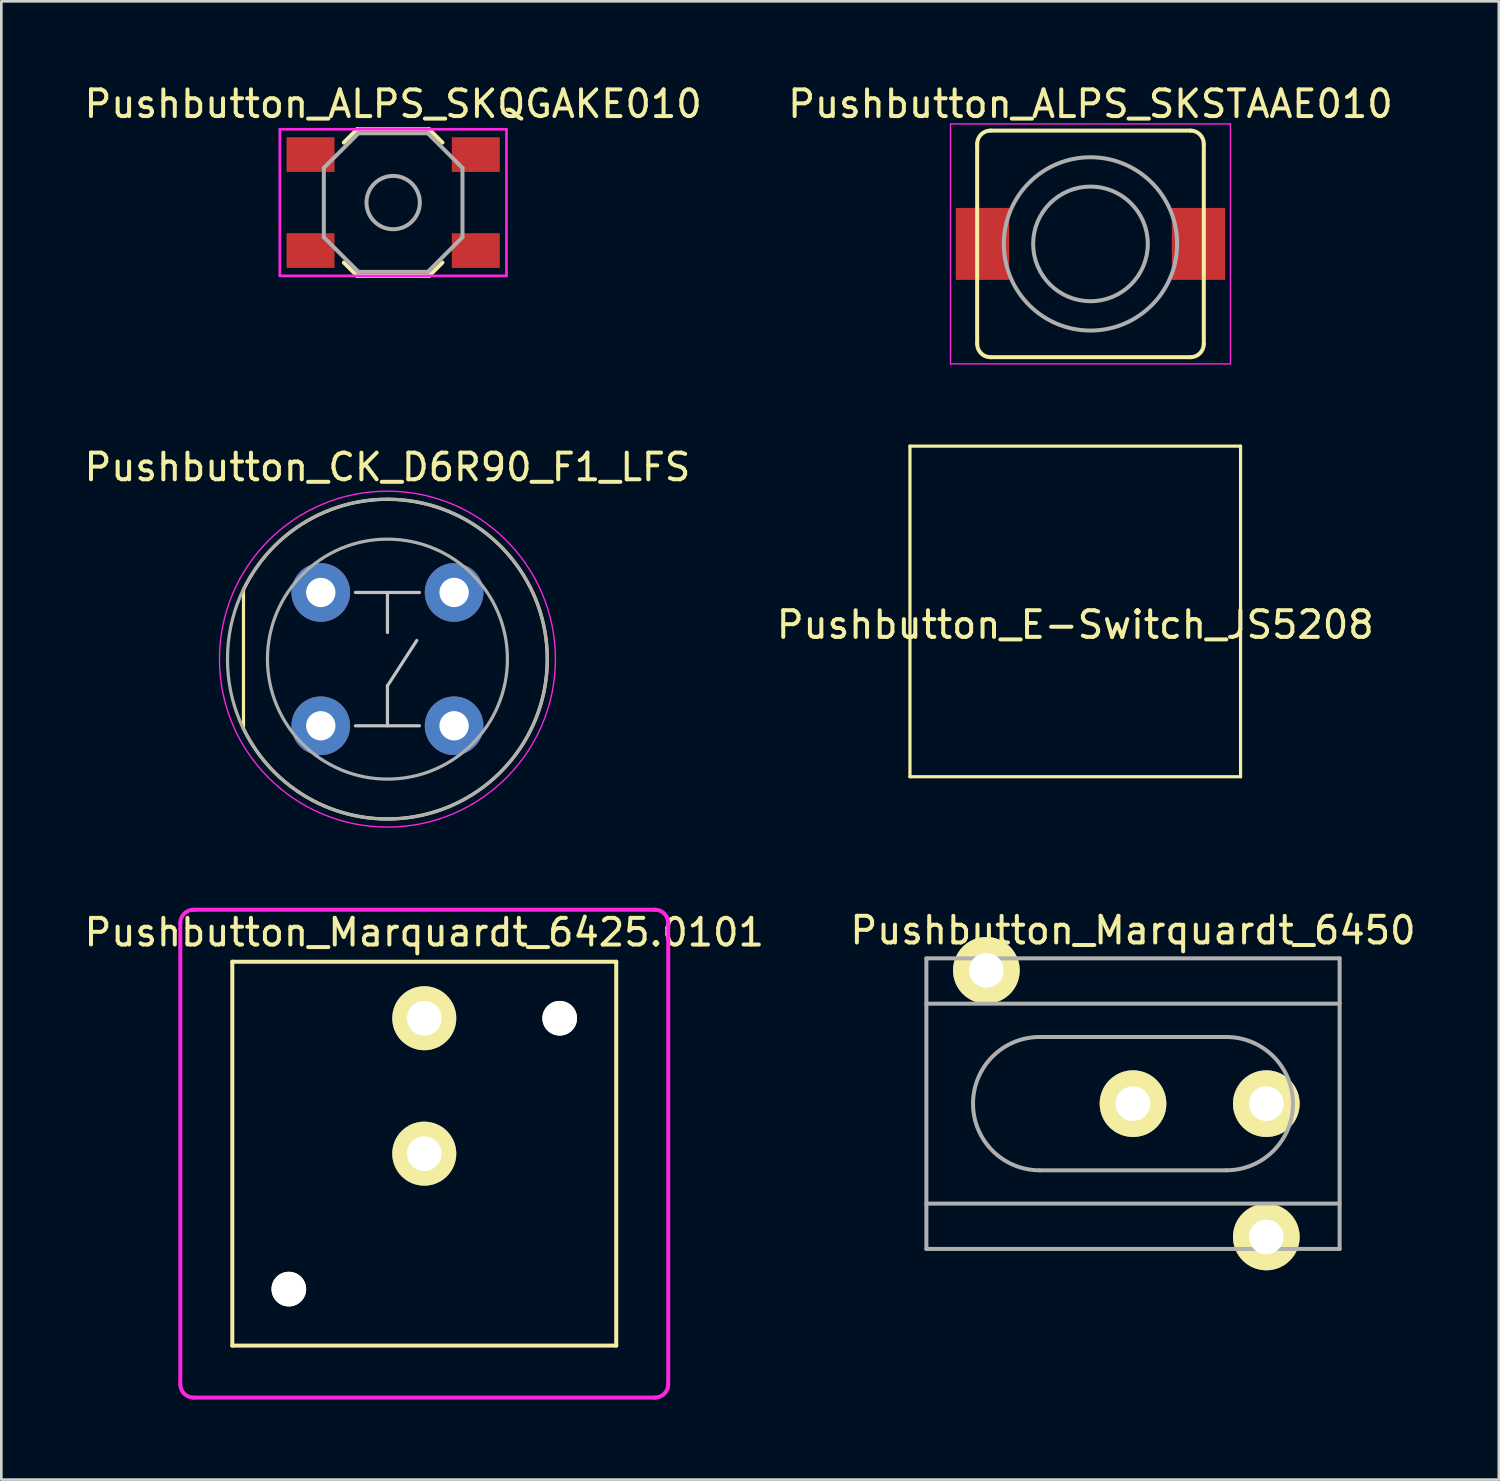
<source format=kicad_pcb>
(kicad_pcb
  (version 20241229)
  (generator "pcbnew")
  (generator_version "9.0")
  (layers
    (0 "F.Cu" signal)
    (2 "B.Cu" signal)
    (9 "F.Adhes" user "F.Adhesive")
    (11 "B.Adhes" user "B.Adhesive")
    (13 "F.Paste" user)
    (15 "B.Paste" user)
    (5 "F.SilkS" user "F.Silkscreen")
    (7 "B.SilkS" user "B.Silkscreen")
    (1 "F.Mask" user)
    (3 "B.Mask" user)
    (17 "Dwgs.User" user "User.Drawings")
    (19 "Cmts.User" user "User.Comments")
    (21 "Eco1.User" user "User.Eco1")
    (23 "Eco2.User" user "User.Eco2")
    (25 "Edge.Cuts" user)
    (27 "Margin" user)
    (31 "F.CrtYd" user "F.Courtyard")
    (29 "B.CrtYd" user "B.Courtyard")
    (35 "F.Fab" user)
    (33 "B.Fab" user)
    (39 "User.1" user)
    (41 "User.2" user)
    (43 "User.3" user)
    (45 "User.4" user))
  (footprint "Pushbutton_CK_D6R90_F1_LFS"
    (layer "F.Cu")
    (at 11.482 21.672)
    (property "Reference" "Pushbutton_CK_D6R90_F1_LFS" (at 0 -7.2 0) (layer "F.SilkS") (effects (font (size 1 1) (thickness 0.15))))
    (attr through_hole)
    (fp_line (start -5.4 2.6) (end -5.4 -2.6) (stroke (width 0.12) (type solid)) (layer "F.SilkS"))
    (fp_arc (start -5.399999 -2.6) (mid 5.993329 0) (end -5.399999 2.599999) (stroke (width 0.12) (type solid)) (layer "F.SilkS"))
    (fp_line (start -1.2 -2.5) (end 1.2 -2.5) (stroke (width 0.12) (type solid)) (layer "Dwgs.User"))
    (fp_line (start -1.2 2.5) (end 1.2 2.5) (stroke (width 0.12) (type solid)) (layer "Dwgs.User"))
    (fp_line (start 0 -2.5) (end 0 -1) (stroke (width 0.12) (type solid)) (layer "Dwgs.User"))
    (fp_line (start 0 1) (end 1.1 -0.7) (stroke (width 0.12) (type solid)) (layer "Dwgs.User"))
    (fp_line (start 0 2.5) (end 0 1) (stroke (width 0.12) (type solid)) (layer "Dwgs.User"))
    (fp_circle (center 0 0) (end 6.3 0) (stroke (width 0.05) (type solid)) (fill no) (layer "F.CrtYd"))
    (fp_circle (center 0 0) (end 4.5 0) (stroke (width 0.12) (type solid)) (fill no) (layer "F.Fab"))
    (fp_circle (center 0 0) (end 6 0) (stroke (width 0.12) (type solid)) (fill no) (layer "F.Fab"))
    (pad "1" thru_hole circle (at -2.5 -2.5) (size 2.2 2.2) (drill 1.1) (layers "*.Cu" "*.Mask"))
    (pad "1" thru_hole circle (at 2.5 -2.5) (size 2.2 2.2) (drill 1.1) (layers "*.Cu" "*.Mask"))
    (pad "2" thru_hole circle (at -2.5 2.5) (size 2.2 2.2) (drill 1.1) (layers "*.Cu" "*.Mask"))
    (pad "2" thru_hole circle (at 2.5 2.5) (size 2.2 2.2) (drill 1.1) (layers "*.Cu" "*.Mask")))
  (footprint "Pushbutton_E-Switch_JS5208"
    (layer "F.Cu")
    (at 37.28 19.883)
    (property "Reference" "Pushbutton_E-Switch_JS5208" (at 0 0.5 0) (layer "F.SilkS") (effects (font (size 1 1) (thickness 0.15))))
    (attr through_hole)
    (fp_line (start -6.2 -6.2) (end 6.2 -6.2) (stroke (width 0.12) (type solid)) (layer "F.SilkS"))
    (fp_line (start -6.2 6.2) (end -6.2 -6.2) (stroke (width 0.12) (type solid)) (layer "F.SilkS"))
    (fp_line (start 6.2 -6.2) (end 6.2 6.2) (stroke (width 0.12) (type solid)) (layer "F.SilkS"))
    (fp_line (start 6.2 6.2) (end -6.2 6.2) (stroke (width 0.12) (type solid)) (layer "F.SilkS")))
  (footprint "Pushbutton_ALPS_SKSTAAE010"
    (layer "F.Cu")
    (at 37.851 6.098)
    (property "Reference" "Pushbutton_ALPS_SKSTAAE010" (at 0 -5.25 0) (layer "F.SilkS") (effects (font (size 1 1) (thickness 0.15))))
    (attr smd)
    (fp_line (start -4.25 3.75) (end -4.25 -3.75) (stroke (width 0.15) (type solid)) (layer "F.SilkS"))
    (fp_line (start -3.75 -4.25) (end 3.75 -4.25) (stroke (width 0.15) (type solid)) (layer "F.SilkS"))
    (fp_line (start 3.75 4.25) (end -3.75 4.25) (stroke (width 0.15) (type solid)) (layer "F.SilkS"))
    (fp_line (start 4.25 -3.75) (end 4.25 3.75) (stroke (width 0.15) (type solid)) (layer "F.SilkS"))
    (fp_arc (start -4.25 -3.75) (mid -4.103553 -4.103553) (end -3.75 -4.25) (stroke (width 0.15) (type solid)) (layer "F.SilkS"))
    (fp_arc (start -3.75 4.25) (mid -4.103553 4.103553) (end -4.25 3.75) (stroke (width 0.15) (type solid)) (layer "F.SilkS"))
    (fp_arc (start 3.75 -4.25) (mid 4.103553 -4.103553) (end 4.25 -3.75) (stroke (width 0.15) (type solid)) (layer "F.SilkS"))
    (fp_arc (start 4.25 3.75) (mid 4.103553 4.103553) (end 3.75 4.25) (stroke (width 0.15) (type solid)) (layer "F.SilkS"))
    (fp_line (start -5.25 -4.5) (end 5.25 -4.5) (stroke (width 0.05) (type solid)) (layer "F.CrtYd"))
    (fp_line (start -5.25 4.5) (end -5.25 -4.5) (stroke (width 0.05) (type solid)) (layer "F.CrtYd"))
    (fp_line (start 5.25 -4.5) (end 5.25 4.5) (stroke (width 0.05) (type solid)) (layer "F.CrtYd"))
    (fp_line (start 5.25 4.5) (end -5.25 4.5) (stroke (width 0.05) (type solid)) (layer "F.CrtYd"))
    (fp_circle (center 0 0) (end 2.15 0) (stroke (width 0.15) (type solid)) (fill no) (layer "F.Fab"))
    (fp_circle (center 0 0) (end 3.25 0) (stroke (width 0.15) (type solid)) (fill no) (layer "F.Fab"))
    (pad "1" smd rect (at -4.05 0) (size 2 2.7) (layers "F.Cu" "F.Mask" "F.Paste"))
    (pad "2" smd rect (at 4.05 0) (size 2 2.7) (layers "F.Cu" "F.Mask" "F.Paste")))
  (footprint "Pushbutton_Marquardt_6450"
    (layer "F.Cu")
    (at 39.446 38.345)
    (property "Reference" "Pushbutton_Marquardt_6450" (at 0 -6.5 0) (layer "F.SilkS") (effects (font (size 1 1) (thickness 0.15))))
    (attr through_hole)
    (fp_line (start -7.75 -5.45) (end 7.75 -5.45) (stroke (width 0.15) (type solid)) (layer "F.Fab"))
    (fp_line (start -7.75 -3.75) (end 7.75 -3.75) (stroke (width 0.15) (type solid)) (layer "F.Fab"))
    (fp_line (start -7.75 5.45) (end -7.75 -5.45) (stroke (width 0.15) (type solid)) (layer "F.Fab"))
    (fp_line (start -7.75 5.45) (end 7.75 5.45) (stroke (width 0.15) (type solid)) (layer "F.Fab"))
    (fp_line (start -3.5 -2.5) (end 3.5 -2.5) (stroke (width 0.15) (type solid)) (layer "F.Fab"))
    (fp_line (start 3.5 2.5) (end -3.5 2.5) (stroke (width 0.15) (type solid)) (layer "F.Fab"))
    (fp_line (start 7.75 -5.45) (end 7.75 5.45) (stroke (width 0.15) (type solid)) (layer "F.Fab"))
    (fp_line (start 7.75 3.75) (end -7.75 3.75) (stroke (width 0.15) (type solid)) (layer "F.Fab"))
    (fp_arc (start -3.5 2.5) (mid -6 0) (end -3.5 -2.5) (stroke (width 0.15) (type solid)) (layer "F.Fab"))
    (fp_arc (start 3.5 -2.5) (mid 6 0) (end 3.5 2.5) (stroke (width 0.15) (type solid)) (layer "F.Fab"))
    (pad "" thru_hole circle (at -5.5 -5) (size 2.5 2.5) (drill 1.3) (layers "*.Cu" "*.Mask" "F.SilkS"))
    (pad "" thru_hole circle (at 5 5) (size 2.5 2.5) (drill 1.3) (layers "*.Cu" "*.Mask" "F.SilkS"))
    (pad "1" thru_hole circle (at 0 0) (size 2.5 2.5) (drill 1.3) (layers "*.Cu" "*.Mask" "F.SilkS"))
    (pad "2" thru_hole circle (at 5 0) (size 2.5 2.5) (drill 1.3) (layers "*.Cu" "*.Mask" "F.SilkS")))
  (footprint "Pushbutton_Marquardt_6425.0101"
    (layer "F.Cu")
    (at 12.863 40.221)
    (property "Reference" "Pushbutton_Marquardt_6425.0101" (at 0 -8.3 0) (layer "F.SilkS") (effects (font (size 1 1) (thickness 0.15))))
    (attr through_hole)
    (fp_line (start -7.2 -7.2) (end 7.2 -7.2) (stroke (width 0.15) (type solid)) (layer "F.SilkS"))
    (fp_line (start -7.2 7.2) (end -7.2 -7.2) (stroke (width 0.15) (type solid)) (layer "F.SilkS"))
    (fp_line (start 7.2 -7.2) (end 7.2 7.2) (stroke (width 0.15) (type solid)) (layer "F.SilkS"))
    (fp_line (start 7.2 7.2) (end -7.2 7.2) (stroke (width 0.15) (type solid)) (layer "F.SilkS"))
    (fp_line (start -9.15 8.65) (end -9.15 -8.65) (stroke (width 0.15) (type solid)) (layer "F.CrtYd"))
    (fp_line (start -8.65 -9.15) (end 8.65 -9.15) (stroke (width 0.15) (type solid)) (layer "F.CrtYd"))
    (fp_line (start 8.65 9.15) (end -8.65 9.15) (stroke (width 0.15) (type solid)) (layer "F.CrtYd"))
    (fp_line (start 9.15 -8.65) (end 9.15 8.65) (stroke (width 0.15) (type solid)) (layer "F.CrtYd"))
    (fp_arc (start -9.15 -8.65) (mid -9.003862 -9.003245) (end -8.650873 -9.149999) (stroke (width 0.15) (type solid)) (layer "F.CrtYd"))
    (fp_arc (start -8.65 9.15) (mid -9.003553 9.003553) (end -9.15 8.65) (stroke (width 0.15) (type solid)) (layer "F.CrtYd"))
    (fp_arc (start 8.65 -9.15) (mid 9.003553 -9.003553) (end 9.15 -8.65) (stroke (width 0.15) (type solid)) (layer "F.CrtYd"))
    (fp_arc (start 9.15 8.65) (mid 9.003553 9.003553) (end 8.65 9.15) (stroke (width 0.15) (type solid)) (layer "F.CrtYd"))
    (pad "" np_thru_hole circle (at -5.08 5.08) (size 1.3 1.3) (drill 1.3) (layers "*.Cu" "*.Mask" "F.SilkS"))
    (pad "" np_thru_hole circle (at 5.08 -5.08) (size 1.3 1.3) (drill 1.3) (layers "*.Cu" "*.Mask" "F.SilkS"))
    (pad "1" thru_hole circle (at 0 -5.08) (size 2.4 2.4) (drill 1.3) (layers "*.Cu" "*.Mask" "F.SilkS"))
    (pad "2" thru_hole circle (at 0 0) (size 2.4 2.4) (drill 1.3) (layers "*.Cu" "*.Mask" "F.SilkS")))
  (footprint "Pushbutton_ALPS_SKQGAKE010"
    (layer "F.Cu")
    (at 11.696 4.548)
    (property "Reference" "Pushbutton_ALPS_SKQGAKE010" (at 0 -3.7 0) (layer "F.SilkS") (effects (font (size 1 1) (thickness 0.15))))
    (attr through_hole)
    (fp_line (start -1.85 -2.25) (end -1.35 -2.75) (stroke (width 0.15) (type solid)) (layer "F.SilkS"))
    (fp_line (start -1.35 -2.75) (end 1.35 -2.75) (stroke (width 0.15) (type solid)) (layer "F.SilkS"))
    (fp_line (start -1.35 2.75) (end -1.85 2.25) (stroke (width 0.15) (type solid)) (layer "F.SilkS"))
    (fp_line (start 1.35 -2.75) (end 1.85 -2.25) (stroke (width 0.15) (type solid)) (layer "F.SilkS"))
    (fp_line (start 1.35 2.75) (end -1.35 2.75) (stroke (width 0.15) (type solid)) (layer "F.SilkS"))
    (fp_line (start 1.85 2.25) (end 1.35 2.75) (stroke (width 0.15) (type solid)) (layer "F.SilkS"))
    (fp_line (start -4.25 -2.75) (end 4.25 -2.75) (stroke (width 0.1) (type solid)) (layer "F.CrtYd"))
    (fp_line (start -4.25 2.75) (end -4.25 -2.75) (stroke (width 0.1) (type solid)) (layer "F.CrtYd"))
    (fp_line (start 4.25 -2.75) (end 4.25 2.75) (stroke (width 0.1) (type solid)) (layer "F.CrtYd"))
    (fp_line (start 4.25 2.75) (end -4.25 2.75) (stroke (width 0.1) (type solid)) (layer "F.CrtYd"))
    (fp_line (start -2.6 -1.3) (end -1.3 -2.6) (stroke (width 0.15) (type solid)) (layer "F.Fab"))
    (fp_line (start -2.6 1.3) (end -2.6 -1.3) (stroke (width 0.15) (type solid)) (layer "F.Fab"))
    (fp_line (start -1.3 -2.6) (end 1.3 -2.6) (stroke (width 0.15) (type solid)) (layer "F.Fab"))
    (fp_line (start -1.3 2.6) (end -2.6 1.3) (stroke (width 0.15) (type solid)) (layer "F.Fab"))
    (fp_line (start 1.3 -2.6) (end 2.6 -1.3) (stroke (width 0.15) (type solid)) (layer "F.Fab"))
    (fp_line (start 1.3 2.6) (end -1.3 2.6) (stroke (width 0.15) (type solid)) (layer "F.Fab"))
    (fp_line (start 2.6 -1.3) (end 2.6 1.3) (stroke (width 0.15) (type solid)) (layer "F.Fab"))
    (fp_line (start 2.6 1.3) (end 1.3 2.6) (stroke (width 0.15) (type solid)) (layer "F.Fab"))
    (fp_circle (center 0 0) (end 1 0) (stroke (width 0.15) (type solid)) (fill no) (layer "F.Fab"))
    (pad "1" smd rect (at -3.1 -1.8) (size 1.8 1.3) (layers "F.Cu" "F.Mask" "F.Paste"))
    (pad "1" smd rect (at 3.1 -1.8) (size 1.8 1.3) (layers "F.Cu" "F.Mask" "F.Paste"))
    (pad "2" smd rect (at -3.1 1.8) (size 1.8 1.3) (layers "F.Cu" "F.Mask" "F.Paste"))
    (pad "2" smd rect (at 3.1 1.8) (size 1.8 1.3) (layers "F.Cu" "F.Mask" "F.Paste")))
  (gr_rect
    (start -3 -3)
    (end 53.167 52.447)
    (stroke (width 0.1) (type default))
    (fill no)
    (layer "Edge.Cuts")))
</source>
